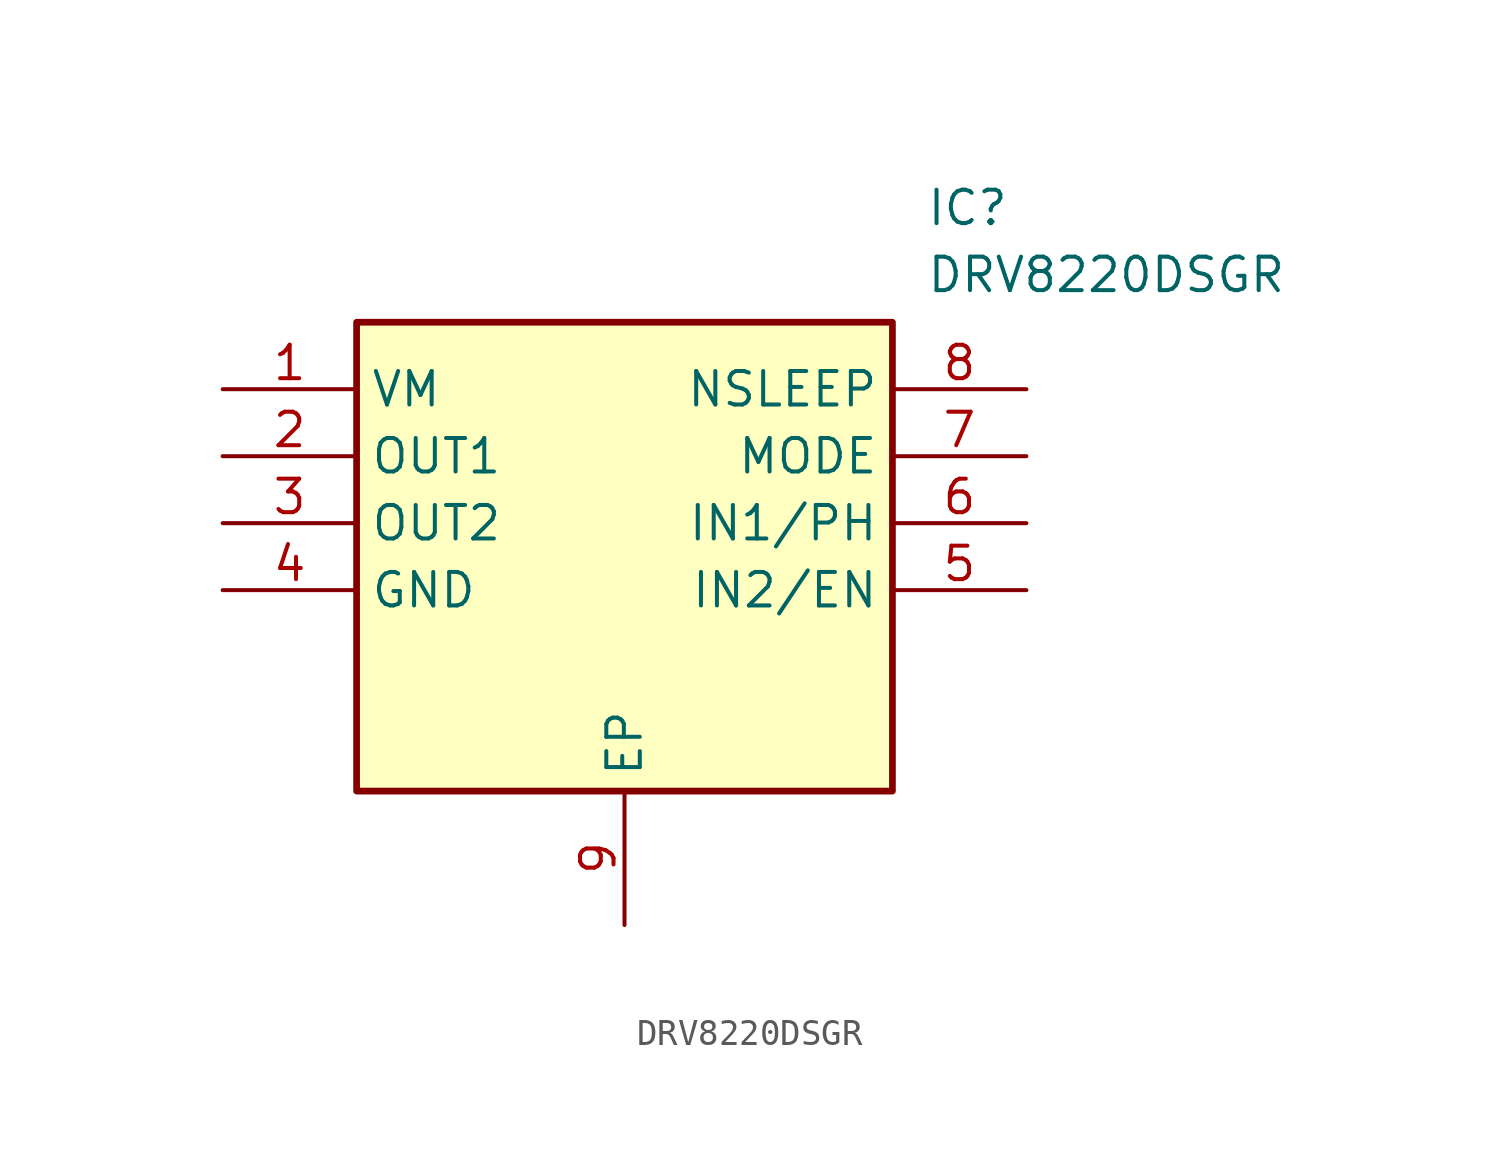
<source format=kicad_sym>
(kicad_symbol_lib
  (version 20211014)
  (generator SamacSys_ECAD_Model)
  (symbol "DRV8220DSGR"
    (property "Reference" "IC"
      (at 26.67 7.62 0)
      (effects (font (size 1.27 1.27)) (justify left top)))
    (property "Value" "DRV8220DSGR"
      (at 26.67 5.08 0)
      (effects (font (size 1.27 1.27)) (justify left top)))
    (rectangle
      (start 5.08 2.54)
      (end 25.4 -15.24)
      (stroke (width 0.254) (type default))
      (fill (type background)))
    (pin passive line
      (at 0 0 0)
      (length 5.08)
      (name "VM" (effects (font (size 1.27 1.27))))
      (number "1" (effects (font (size 1.27 1.27)))))
    (pin passive line
      (at 0 -2.54 0)
      (length 5.08)
      (name "OUT1" (effects (font (size 1.27 1.27))))
      (number "2" (effects (font (size 1.27 1.27)))))
    (pin passive line
      (at 0 -5.08 0)
      (length 5.08)
      (name "OUT2" (effects (font (size 1.27 1.27))))
      (number "3" (effects (font (size 1.27 1.27)))))
    (pin passive line
      (at 0 -7.62 0)
      (length 5.08)
      (name "GND" (effects (font (size 1.27 1.27))))
      (number "4" (effects (font (size 1.27 1.27)))))
    (pin passive line
      (at 15.24 -20.32 90)
      (length 5.08)
      (name "EP" (effects (font (size 1.27 1.27))))
      (number "9" (effects (font (size 1.27 1.27)))))
    (pin passive line
      (at 30.48 0 180)
      (length 5.08)
      (name "NSLEEP" (effects (font (size 1.27 1.27))))
      (number "8" (effects (font (size 1.27 1.27)))))
    (pin passive line
      (at 30.48 -2.54 180)
      (length 5.08)
      (name "MODE" (effects (font (size 1.27 1.27))))
      (number "7" (effects (font (size 1.27 1.27)))))
    (pin passive line
      (at 30.48 -5.08 180)
      (length 5.08)
      (name "IN1/PH" (effects (font (size 1.27 1.27))))
      (number "6" (effects (font (size 1.27 1.27)))))
    (pin passive line
      (at 30.48 -7.62 180)
      (length 5.08)
      (name "IN2/EN" (effects (font (size 1.27 1.27))))
      (number "5" (effects (font (size 1.27 1.27)))))))
</source>
